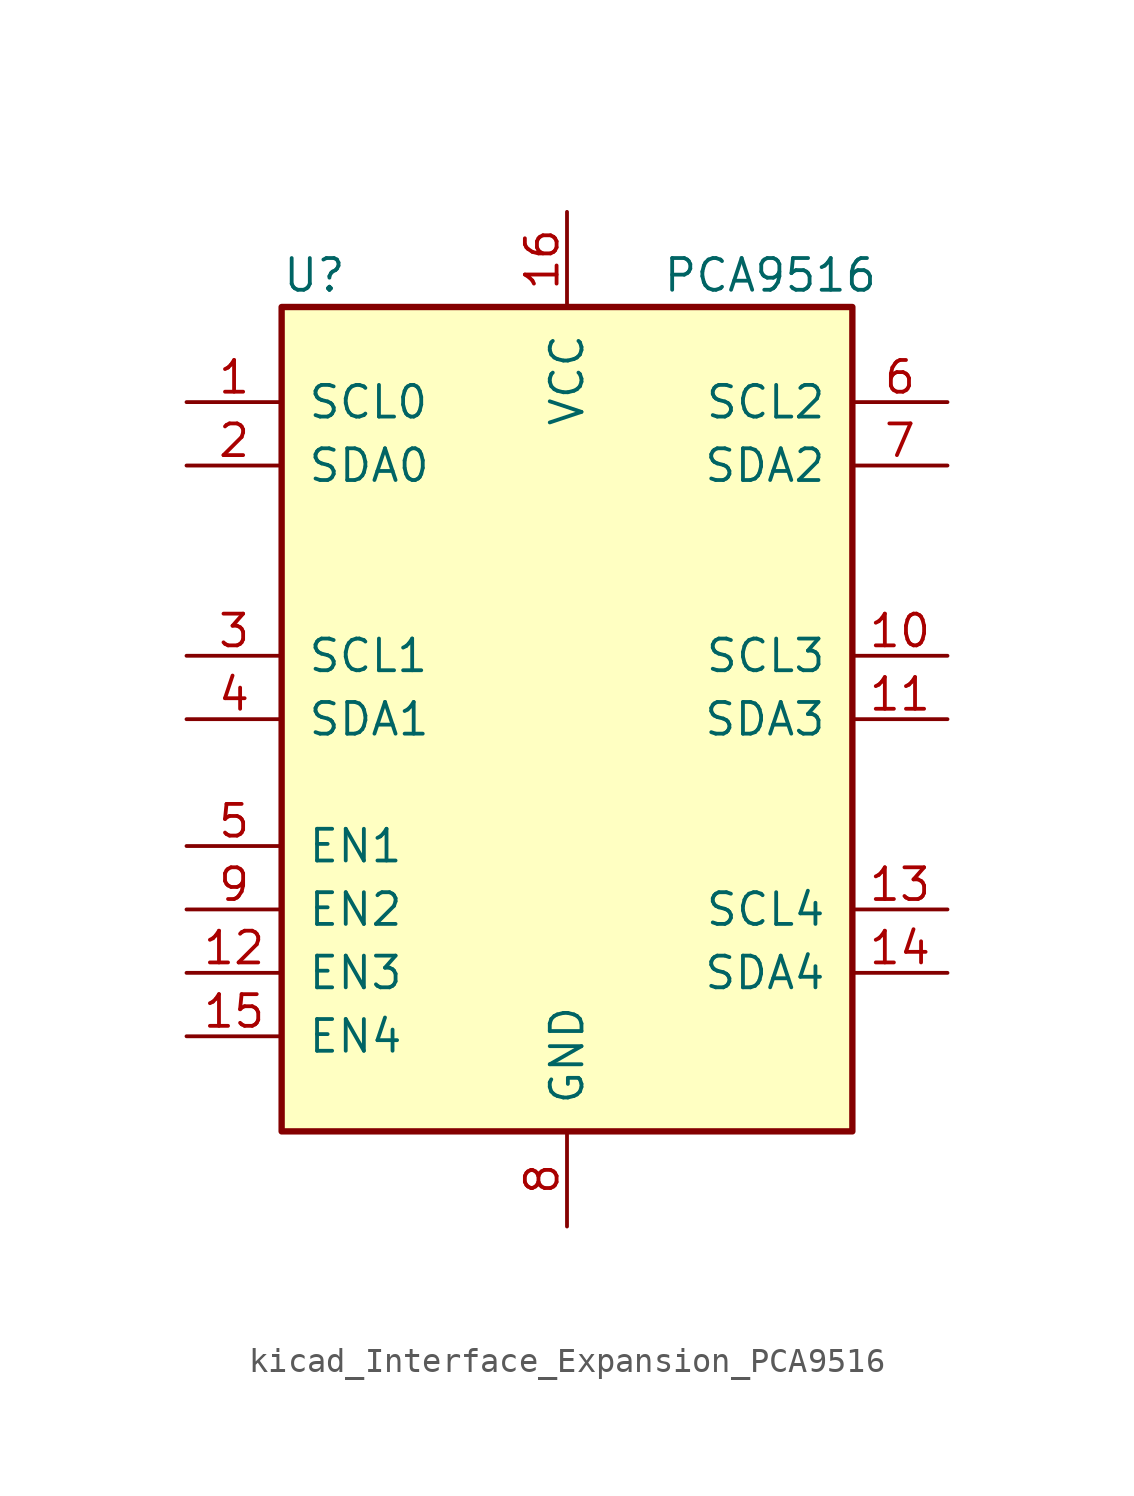
<source format=kicad_sym>
(kicad_symbol_lib
  (version 20220914)
  (generator kicad_symbol_editor)
  (symbol "kicad_Interface_Expansion_PCA9516"
    (pin_names
      (offset 1.016))
    (property "Reference" "U"
      (at -11.43 17.78 0)
      (effects (font (size 1.27 1.27)) (justify left)))
    (property "Value" "PCA9516"
      (at 3.81 17.78 0)
      (effects (font (size 1.27 1.27)) (justify left)))
    (symbol "kicad_Interface_Expansion_PCA9516_0_1"
      (rectangle (start -11.43 16.51) (end 11.43 -16.51) (stroke (width 0.254) (type default)) (fill (type background))))
    (symbol "kicad_Interface_Expansion_PCA9516_1_1"
      (pin bidirectional line (at -15.24 12.7 0) (length 3.81) (name "SCL0" (effects (font (size 1.27 1.27)))) (number "1" (effects (font (size 1.27 1.27)))))
      (pin bidirectional line (at 15.24 2.54 180) (length 3.81) (name "SCL3" (effects (font (size 1.27 1.27)))) (number "10" (effects (font (size 1.27 1.27)))))
      (pin bidirectional line (at 15.24 0 180) (length 3.81) (name "SDA3" (effects (font (size 1.27 1.27)))) (number "11" (effects (font (size 1.27 1.27)))))
      (pin input line (at -15.24 -10.16 0) (length 3.81) (name "EN3" (effects (font (size 1.27 1.27)))) (number "12" (effects (font (size 1.27 1.27)))))
      (pin bidirectional line (at 15.24 -7.62 180) (length 3.81) (name "SCL4" (effects (font (size 1.27 1.27)))) (number "13" (effects (font (size 1.27 1.27)))))
      (pin bidirectional line (at 15.24 -10.16 180) (length 3.81) (name "SDA4" (effects (font (size 1.27 1.27)))) (number "14" (effects (font (size 1.27 1.27)))))
      (pin input line (at -15.24 -12.7 0) (length 3.81) (name "EN4" (effects (font (size 1.27 1.27)))) (number "15" (effects (font (size 1.27 1.27)))))
      (pin power_in line (at 0 20.32 270) (length 3.81) (name "VCC" (effects (font (size 1.27 1.27)))) (number "16" (effects (font (size 1.27 1.27)))))
      (pin bidirectional line (at -15.24 10.16 0) (length 3.81) (name "SDA0" (effects (font (size 1.27 1.27)))) (number "2" (effects (font (size 1.27 1.27)))))
      (pin bidirectional line (at -15.24 2.54 0) (length 3.81) (name "SCL1" (effects (font (size 1.27 1.27)))) (number "3" (effects (font (size 1.27 1.27)))))
      (pin bidirectional line (at -15.24 0 0) (length 3.81) (name "SDA1" (effects (font (size 1.27 1.27)))) (number "4" (effects (font (size 1.27 1.27)))))
      (pin input line (at -15.24 -5.08 0) (length 3.81) (name "EN1" (effects (font (size 1.27 1.27)))) (number "5" (effects (font (size 1.27 1.27)))))
      (pin bidirectional line (at 15.24 12.7 180) (length 3.81) (name "SCL2" (effects (font (size 1.27 1.27)))) (number "6" (effects (font (size 1.27 1.27)))))
      (pin bidirectional line (at 15.24 10.16 180) (length 3.81) (name "SDA2" (effects (font (size 1.27 1.27)))) (number "7" (effects (font (size 1.27 1.27)))))
      (pin power_in line (at 0 -20.32 90) (length 3.81) (name "GND" (effects (font (size 1.27 1.27)))) (number "8" (effects (font (size 1.27 1.27)))))
      (pin input line (at -15.24 -7.62 0) (length 3.81) (name "EN2" (effects (font (size 1.27 1.27)))) (number "9" (effects (font (size 1.27 1.27))))))))
</source>
